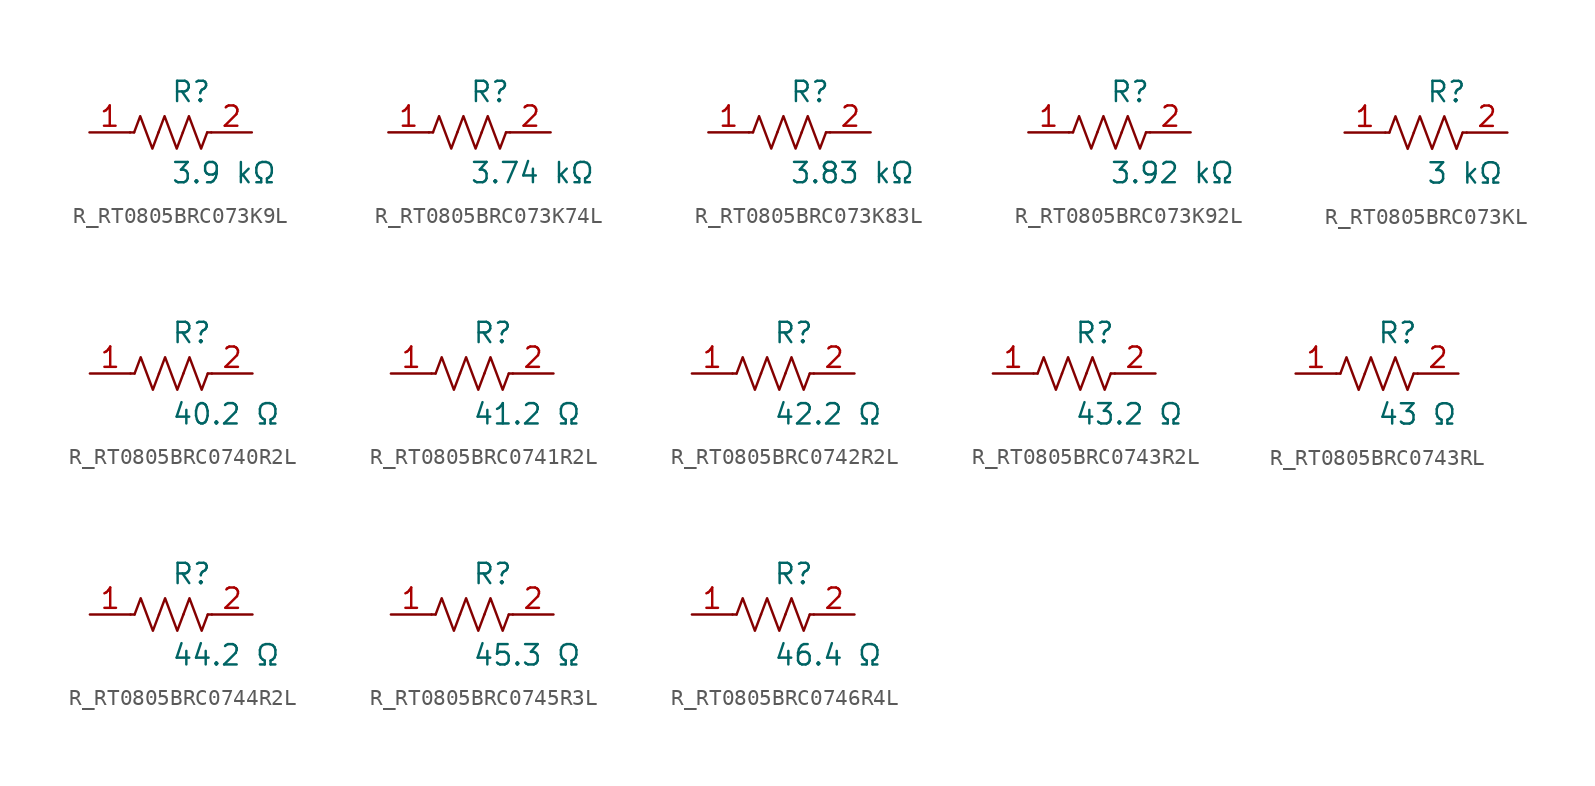
<source format=kicad_sym>
(kicad_symbol_lib
  (version 20231120)
  (generator kicad_symbol_editor)
  (generator_version 8.0)
  (symbol "R_RT0805BRC073K9L"
    (pin_names
      (offset 0.254))
    (property "Reference" "R"
      (at 0.0 2.54 0)
      (effects (font (size 1.27 1.27)) (justify left)))
    (property "Value" "3.9 kΩ"
      (at 0.0 -2.54 0)
      (effects (font (size 1.27 1.27)) (justify left)))
    (symbol "R_RT0805BRC073K9L_0_1"
      (polyline (pts (xy 2.286 0) (xy 2.54 0)) (stroke (width 0) (type default)) (fill (type none)))
      (polyline (pts (xy -2.286 0) (xy -2.54 0)) (stroke (width 0) (type default)) (fill (type none)))
      (polyline (pts (xy 0.762 0) (xy 1.143 1.016) (xy 1.524 0) (xy 1.905 -1.016) (xy 2.286 0)) (stroke (width 0) (type default)) (fill (type none)))
      (polyline (pts (xy -0.762 0) (xy -0.381 1.016) (xy 0 0) (xy 0.381 -1.016) (xy 0.762 0)) (stroke (width 0) (type default)) (fill (type none)))
      (polyline (pts (xy -2.286 0) (xy -1.905 1.016) (xy -1.524 0) (xy -1.143 -1.016) (xy -0.762 0)) (stroke (width 0) (type default)) (fill (type none))))
    (pin unspecified line
      (at -5.08 0 0)
      (length 2.54)
      (name "" (effects (font (size 1.27 1.27))))
      (number "1" (effects (font (size 1.27 1.27)))))
    (pin unspecified line
      (at 5.08 0 180)
      (length 2.54)
      (name "" (effects (font (size 1.27 1.27))))
      (number "2" (effects (font (size 1.27 1.27))))))
  (symbol "R_RT0805BRC073K74L"
    (pin_names
      (offset 0.254))
    (property "Reference" "R"
      (at 0.0 2.54 0)
      (effects (font (size 1.27 1.27)) (justify left)))
    (property "Value" "3.74 kΩ"
      (at 0.0 -2.54 0)
      (effects (font (size 1.27 1.27)) (justify left)))
    (symbol "R_RT0805BRC073K74L_0_1"
      (polyline (pts (xy 2.286 0) (xy 2.54 0)) (stroke (width 0) (type default)) (fill (type none)))
      (polyline (pts (xy -2.286 0) (xy -2.54 0)) (stroke (width 0) (type default)) (fill (type none)))
      (polyline (pts (xy 0.762 0) (xy 1.143 1.016) (xy 1.524 0) (xy 1.905 -1.016) (xy 2.286 0)) (stroke (width 0) (type default)) (fill (type none)))
      (polyline (pts (xy -0.762 0) (xy -0.381 1.016) (xy 0 0) (xy 0.381 -1.016) (xy 0.762 0)) (stroke (width 0) (type default)) (fill (type none)))
      (polyline (pts (xy -2.286 0) (xy -1.905 1.016) (xy -1.524 0) (xy -1.143 -1.016) (xy -0.762 0)) (stroke (width 0) (type default)) (fill (type none))))
    (pin unspecified line
      (at -5.08 0 0)
      (length 2.54)
      (name "" (effects (font (size 1.27 1.27))))
      (number "1" (effects (font (size 1.27 1.27)))))
    (pin unspecified line
      (at 5.08 0 180)
      (length 2.54)
      (name "" (effects (font (size 1.27 1.27))))
      (number "2" (effects (font (size 1.27 1.27))))))
  (symbol "R_RT0805BRC073K83L"
    (pin_names
      (offset 0.254))
    (property "Reference" "R"
      (at 0.0 2.54 0)
      (effects (font (size 1.27 1.27)) (justify left)))
    (property "Value" "3.83 kΩ"
      (at 0.0 -2.54 0)
      (effects (font (size 1.27 1.27)) (justify left)))
    (symbol "R_RT0805BRC073K83L_0_1"
      (polyline (pts (xy 2.286 0) (xy 2.54 0)) (stroke (width 0) (type default)) (fill (type none)))
      (polyline (pts (xy -2.286 0) (xy -2.54 0)) (stroke (width 0) (type default)) (fill (type none)))
      (polyline (pts (xy 0.762 0) (xy 1.143 1.016) (xy 1.524 0) (xy 1.905 -1.016) (xy 2.286 0)) (stroke (width 0) (type default)) (fill (type none)))
      (polyline (pts (xy -0.762 0) (xy -0.381 1.016) (xy 0 0) (xy 0.381 -1.016) (xy 0.762 0)) (stroke (width 0) (type default)) (fill (type none)))
      (polyline (pts (xy -2.286 0) (xy -1.905 1.016) (xy -1.524 0) (xy -1.143 -1.016) (xy -0.762 0)) (stroke (width 0) (type default)) (fill (type none))))
    (pin unspecified line
      (at -5.08 0 0)
      (length 2.54)
      (name "" (effects (font (size 1.27 1.27))))
      (number "1" (effects (font (size 1.27 1.27)))))
    (pin unspecified line
      (at 5.08 0 180)
      (length 2.54)
      (name "" (effects (font (size 1.27 1.27))))
      (number "2" (effects (font (size 1.27 1.27))))))
  (symbol "R_RT0805BRC073K92L"
    (pin_names
      (offset 0.254))
    (property "Reference" "R"
      (at 0.0 2.54 0)
      (effects (font (size 1.27 1.27)) (justify left)))
    (property "Value" "3.92 kΩ"
      (at 0.0 -2.54 0)
      (effects (font (size 1.27 1.27)) (justify left)))
    (symbol "R_RT0805BRC073K92L_0_1"
      (polyline (pts (xy 2.286 0) (xy 2.54 0)) (stroke (width 0) (type default)) (fill (type none)))
      (polyline (pts (xy -2.286 0) (xy -2.54 0)) (stroke (width 0) (type default)) (fill (type none)))
      (polyline (pts (xy 0.762 0) (xy 1.143 1.016) (xy 1.524 0) (xy 1.905 -1.016) (xy 2.286 0)) (stroke (width 0) (type default)) (fill (type none)))
      (polyline (pts (xy -0.762 0) (xy -0.381 1.016) (xy 0 0) (xy 0.381 -1.016) (xy 0.762 0)) (stroke (width 0) (type default)) (fill (type none)))
      (polyline (pts (xy -2.286 0) (xy -1.905 1.016) (xy -1.524 0) (xy -1.143 -1.016) (xy -0.762 0)) (stroke (width 0) (type default)) (fill (type none))))
    (pin unspecified line
      (at -5.08 0 0)
      (length 2.54)
      (name "" (effects (font (size 1.27 1.27))))
      (number "1" (effects (font (size 1.27 1.27)))))
    (pin unspecified line
      (at 5.08 0 180)
      (length 2.54)
      (name "" (effects (font (size 1.27 1.27))))
      (number "2" (effects (font (size 1.27 1.27))))))
  (symbol "R_RT0805BRC073KL"
    (pin_names
      (offset 0.254))
    (property "Reference" "R"
      (at 0.0 2.54 0)
      (effects (font (size 1.27 1.27)) (justify left)))
    (property "Value" "3 kΩ"
      (at 0.0 -2.54 0)
      (effects (font (size 1.27 1.27)) (justify left)))
    (symbol "R_RT0805BRC073KL_0_1"
      (polyline (pts (xy 2.286 0) (xy 2.54 0)) (stroke (width 0) (type default)) (fill (type none)))
      (polyline (pts (xy -2.286 0) (xy -2.54 0)) (stroke (width 0) (type default)) (fill (type none)))
      (polyline (pts (xy 0.762 0) (xy 1.143 1.016) (xy 1.524 0) (xy 1.905 -1.016) (xy 2.286 0)) (stroke (width 0) (type default)) (fill (type none)))
      (polyline (pts (xy -0.762 0) (xy -0.381 1.016) (xy 0 0) (xy 0.381 -1.016) (xy 0.762 0)) (stroke (width 0) (type default)) (fill (type none)))
      (polyline (pts (xy -2.286 0) (xy -1.905 1.016) (xy -1.524 0) (xy -1.143 -1.016) (xy -0.762 0)) (stroke (width 0) (type default)) (fill (type none))))
    (pin unspecified line
      (at -5.08 0 0)
      (length 2.54)
      (name "" (effects (font (size 1.27 1.27))))
      (number "1" (effects (font (size 1.27 1.27)))))
    (pin unspecified line
      (at 5.08 0 180)
      (length 2.54)
      (name "" (effects (font (size 1.27 1.27))))
      (number "2" (effects (font (size 1.27 1.27))))))
  (symbol "R_RT0805BRC0740R2L"
    (pin_names
      (offset 0.254))
    (property "Reference" "R"
      (at 0.0 2.54 0)
      (effects (font (size 1.27 1.27)) (justify left)))
    (property "Value" "40.2 Ω"
      (at 0.0 -2.54 0)
      (effects (font (size 1.27 1.27)) (justify left)))
    (symbol "R_RT0805BRC0740R2L_0_1"
      (polyline (pts (xy 2.286 0) (xy 2.54 0)) (stroke (width 0) (type default)) (fill (type none)))
      (polyline (pts (xy -2.286 0) (xy -2.54 0)) (stroke (width 0) (type default)) (fill (type none)))
      (polyline (pts (xy 0.762 0) (xy 1.143 1.016) (xy 1.524 0) (xy 1.905 -1.016) (xy 2.286 0)) (stroke (width 0) (type default)) (fill (type none)))
      (polyline (pts (xy -0.762 0) (xy -0.381 1.016) (xy 0 0) (xy 0.381 -1.016) (xy 0.762 0)) (stroke (width 0) (type default)) (fill (type none)))
      (polyline (pts (xy -2.286 0) (xy -1.905 1.016) (xy -1.524 0) (xy -1.143 -1.016) (xy -0.762 0)) (stroke (width 0) (type default)) (fill (type none))))
    (pin unspecified line
      (at -5.08 0 0)
      (length 2.54)
      (name "" (effects (font (size 1.27 1.27))))
      (number "1" (effects (font (size 1.27 1.27)))))
    (pin unspecified line
      (at 5.08 0 180)
      (length 2.54)
      (name "" (effects (font (size 1.27 1.27))))
      (number "2" (effects (font (size 1.27 1.27))))))
  (symbol "R_RT0805BRC0741R2L"
    (pin_names
      (offset 0.254))
    (property "Reference" "R"
      (at 0.0 2.54 0)
      (effects (font (size 1.27 1.27)) (justify left)))
    (property "Value" "41.2 Ω"
      (at 0.0 -2.54 0)
      (effects (font (size 1.27 1.27)) (justify left)))
    (symbol "R_RT0805BRC0741R2L_0_1"
      (polyline (pts (xy 2.286 0) (xy 2.54 0)) (stroke (width 0) (type default)) (fill (type none)))
      (polyline (pts (xy -2.286 0) (xy -2.54 0)) (stroke (width 0) (type default)) (fill (type none)))
      (polyline (pts (xy 0.762 0) (xy 1.143 1.016) (xy 1.524 0) (xy 1.905 -1.016) (xy 2.286 0)) (stroke (width 0) (type default)) (fill (type none)))
      (polyline (pts (xy -0.762 0) (xy -0.381 1.016) (xy 0 0) (xy 0.381 -1.016) (xy 0.762 0)) (stroke (width 0) (type default)) (fill (type none)))
      (polyline (pts (xy -2.286 0) (xy -1.905 1.016) (xy -1.524 0) (xy -1.143 -1.016) (xy -0.762 0)) (stroke (width 0) (type default)) (fill (type none))))
    (pin unspecified line
      (at -5.08 0 0)
      (length 2.54)
      (name "" (effects (font (size 1.27 1.27))))
      (number "1" (effects (font (size 1.27 1.27)))))
    (pin unspecified line
      (at 5.08 0 180)
      (length 2.54)
      (name "" (effects (font (size 1.27 1.27))))
      (number "2" (effects (font (size 1.27 1.27))))))
  (symbol "R_RT0805BRC0742R2L"
    (pin_names
      (offset 0.254))
    (property "Reference" "R"
      (at 0.0 2.54 0)
      (effects (font (size 1.27 1.27)) (justify left)))
    (property "Value" "42.2 Ω"
      (at 0.0 -2.54 0)
      (effects (font (size 1.27 1.27)) (justify left)))
    (symbol "R_RT0805BRC0742R2L_0_1"
      (polyline (pts (xy 2.286 0) (xy 2.54 0)) (stroke (width 0) (type default)) (fill (type none)))
      (polyline (pts (xy -2.286 0) (xy -2.54 0)) (stroke (width 0) (type default)) (fill (type none)))
      (polyline (pts (xy 0.762 0) (xy 1.143 1.016) (xy 1.524 0) (xy 1.905 -1.016) (xy 2.286 0)) (stroke (width 0) (type default)) (fill (type none)))
      (polyline (pts (xy -0.762 0) (xy -0.381 1.016) (xy 0 0) (xy 0.381 -1.016) (xy 0.762 0)) (stroke (width 0) (type default)) (fill (type none)))
      (polyline (pts (xy -2.286 0) (xy -1.905 1.016) (xy -1.524 0) (xy -1.143 -1.016) (xy -0.762 0)) (stroke (width 0) (type default)) (fill (type none))))
    (pin unspecified line
      (at -5.08 0 0)
      (length 2.54)
      (name "" (effects (font (size 1.27 1.27))))
      (number "1" (effects (font (size 1.27 1.27)))))
    (pin unspecified line
      (at 5.08 0 180)
      (length 2.54)
      (name "" (effects (font (size 1.27 1.27))))
      (number "2" (effects (font (size 1.27 1.27))))))
  (symbol "R_RT0805BRC0743R2L"
    (pin_names
      (offset 0.254))
    (property "Reference" "R"
      (at 0.0 2.54 0)
      (effects (font (size 1.27 1.27)) (justify left)))
    (property "Value" "43.2 Ω"
      (at 0.0 -2.54 0)
      (effects (font (size 1.27 1.27)) (justify left)))
    (symbol "R_RT0805BRC0743R2L_0_1"
      (polyline (pts (xy 2.286 0) (xy 2.54 0)) (stroke (width 0) (type default)) (fill (type none)))
      (polyline (pts (xy -2.286 0) (xy -2.54 0)) (stroke (width 0) (type default)) (fill (type none)))
      (polyline (pts (xy 0.762 0) (xy 1.143 1.016) (xy 1.524 0) (xy 1.905 -1.016) (xy 2.286 0)) (stroke (width 0) (type default)) (fill (type none)))
      (polyline (pts (xy -0.762 0) (xy -0.381 1.016) (xy 0 0) (xy 0.381 -1.016) (xy 0.762 0)) (stroke (width 0) (type default)) (fill (type none)))
      (polyline (pts (xy -2.286 0) (xy -1.905 1.016) (xy -1.524 0) (xy -1.143 -1.016) (xy -0.762 0)) (stroke (width 0) (type default)) (fill (type none))))
    (pin unspecified line
      (at -5.08 0 0)
      (length 2.54)
      (name "" (effects (font (size 1.27 1.27))))
      (number "1" (effects (font (size 1.27 1.27)))))
    (pin unspecified line
      (at 5.08 0 180)
      (length 2.54)
      (name "" (effects (font (size 1.27 1.27))))
      (number "2" (effects (font (size 1.27 1.27))))))
  (symbol "R_RT0805BRC0743RL"
    (pin_names
      (offset 0.254))
    (property "Reference" "R"
      (at 0.0 2.54 0)
      (effects (font (size 1.27 1.27)) (justify left)))
    (property "Value" "43 Ω"
      (at 0.0 -2.54 0)
      (effects (font (size 1.27 1.27)) (justify left)))
    (symbol "R_RT0805BRC0743RL_0_1"
      (polyline (pts (xy 2.286 0) (xy 2.54 0)) (stroke (width 0) (type default)) (fill (type none)))
      (polyline (pts (xy -2.286 0) (xy -2.54 0)) (stroke (width 0) (type default)) (fill (type none)))
      (polyline (pts (xy 0.762 0) (xy 1.143 1.016) (xy 1.524 0) (xy 1.905 -1.016) (xy 2.286 0)) (stroke (width 0) (type default)) (fill (type none)))
      (polyline (pts (xy -0.762 0) (xy -0.381 1.016) (xy 0 0) (xy 0.381 -1.016) (xy 0.762 0)) (stroke (width 0) (type default)) (fill (type none)))
      (polyline (pts (xy -2.286 0) (xy -1.905 1.016) (xy -1.524 0) (xy -1.143 -1.016) (xy -0.762 0)) (stroke (width 0) (type default)) (fill (type none))))
    (pin unspecified line
      (at -5.08 0 0)
      (length 2.54)
      (name "" (effects (font (size 1.27 1.27))))
      (number "1" (effects (font (size 1.27 1.27)))))
    (pin unspecified line
      (at 5.08 0 180)
      (length 2.54)
      (name "" (effects (font (size 1.27 1.27))))
      (number "2" (effects (font (size 1.27 1.27))))))
  (symbol "R_RT0805BRC0744R2L"
    (pin_names
      (offset 0.254))
    (property "Reference" "R"
      (at 0.0 2.54 0)
      (effects (font (size 1.27 1.27)) (justify left)))
    (property "Value" "44.2 Ω"
      (at 0.0 -2.54 0)
      (effects (font (size 1.27 1.27)) (justify left)))
    (symbol "R_RT0805BRC0744R2L_0_1"
      (polyline (pts (xy 2.286 0) (xy 2.54 0)) (stroke (width 0) (type default)) (fill (type none)))
      (polyline (pts (xy -2.286 0) (xy -2.54 0)) (stroke (width 0) (type default)) (fill (type none)))
      (polyline (pts (xy 0.762 0) (xy 1.143 1.016) (xy 1.524 0) (xy 1.905 -1.016) (xy 2.286 0)) (stroke (width 0) (type default)) (fill (type none)))
      (polyline (pts (xy -0.762 0) (xy -0.381 1.016) (xy 0 0) (xy 0.381 -1.016) (xy 0.762 0)) (stroke (width 0) (type default)) (fill (type none)))
      (polyline (pts (xy -2.286 0) (xy -1.905 1.016) (xy -1.524 0) (xy -1.143 -1.016) (xy -0.762 0)) (stroke (width 0) (type default)) (fill (type none))))
    (pin unspecified line
      (at -5.08 0 0)
      (length 2.54)
      (name "" (effects (font (size 1.27 1.27))))
      (number "1" (effects (font (size 1.27 1.27)))))
    (pin unspecified line
      (at 5.08 0 180)
      (length 2.54)
      (name "" (effects (font (size 1.27 1.27))))
      (number "2" (effects (font (size 1.27 1.27))))))
  (symbol "R_RT0805BRC0745R3L"
    (pin_names
      (offset 0.254))
    (property "Reference" "R"
      (at 0.0 2.54 0)
      (effects (font (size 1.27 1.27)) (justify left)))
    (property "Value" "45.3 Ω"
      (at 0.0 -2.54 0)
      (effects (font (size 1.27 1.27)) (justify left)))
    (symbol "R_RT0805BRC0745R3L_0_1"
      (polyline (pts (xy 2.286 0) (xy 2.54 0)) (stroke (width 0) (type default)) (fill (type none)))
      (polyline (pts (xy -2.286 0) (xy -2.54 0)) (stroke (width 0) (type default)) (fill (type none)))
      (polyline (pts (xy 0.762 0) (xy 1.143 1.016) (xy 1.524 0) (xy 1.905 -1.016) (xy 2.286 0)) (stroke (width 0) (type default)) (fill (type none)))
      (polyline (pts (xy -0.762 0) (xy -0.381 1.016) (xy 0 0) (xy 0.381 -1.016) (xy 0.762 0)) (stroke (width 0) (type default)) (fill (type none)))
      (polyline (pts (xy -2.286 0) (xy -1.905 1.016) (xy -1.524 0) (xy -1.143 -1.016) (xy -0.762 0)) (stroke (width 0) (type default)) (fill (type none))))
    (pin unspecified line
      (at -5.08 0 0)
      (length 2.54)
      (name "" (effects (font (size 1.27 1.27))))
      (number "1" (effects (font (size 1.27 1.27)))))
    (pin unspecified line
      (at 5.08 0 180)
      (length 2.54)
      (name "" (effects (font (size 1.27 1.27))))
      (number "2" (effects (font (size 1.27 1.27))))))
  (symbol "R_RT0805BRC0746R4L"
    (pin_names
      (offset 0.254))
    (property "Reference" "R"
      (at 0.0 2.54 0)
      (effects (font (size 1.27 1.27)) (justify left)))
    (property "Value" "46.4 Ω"
      (at 0.0 -2.54 0)
      (effects (font (size 1.27 1.27)) (justify left)))
    (symbol "R_RT0805BRC0746R4L_0_1"
      (polyline (pts (xy 2.286 0) (xy 2.54 0)) (stroke (width 0) (type default)) (fill (type none)))
      (polyline (pts (xy -2.286 0) (xy -2.54 0)) (stroke (width 0) (type default)) (fill (type none)))
      (polyline (pts (xy 0.762 0) (xy 1.143 1.016) (xy 1.524 0) (xy 1.905 -1.016) (xy 2.286 0)) (stroke (width 0) (type default)) (fill (type none)))
      (polyline (pts (xy -0.762 0) (xy -0.381 1.016) (xy 0 0) (xy 0.381 -1.016) (xy 0.762 0)) (stroke (width 0) (type default)) (fill (type none)))
      (polyline (pts (xy -2.286 0) (xy -1.905 1.016) (xy -1.524 0) (xy -1.143 -1.016) (xy -0.762 0)) (stroke (width 0) (type default)) (fill (type none))))
    (pin unspecified line
      (at -5.08 0 0)
      (length 2.54)
      (name "" (effects (font (size 1.27 1.27))))
      (number "1" (effects (font (size 1.27 1.27)))))
    (pin unspecified line
      (at 5.08 0 180)
      (length 2.54)
      (name "" (effects (font (size 1.27 1.27))))
      (number "2" (effects (font (size 1.27 1.27)))))))
</source>
